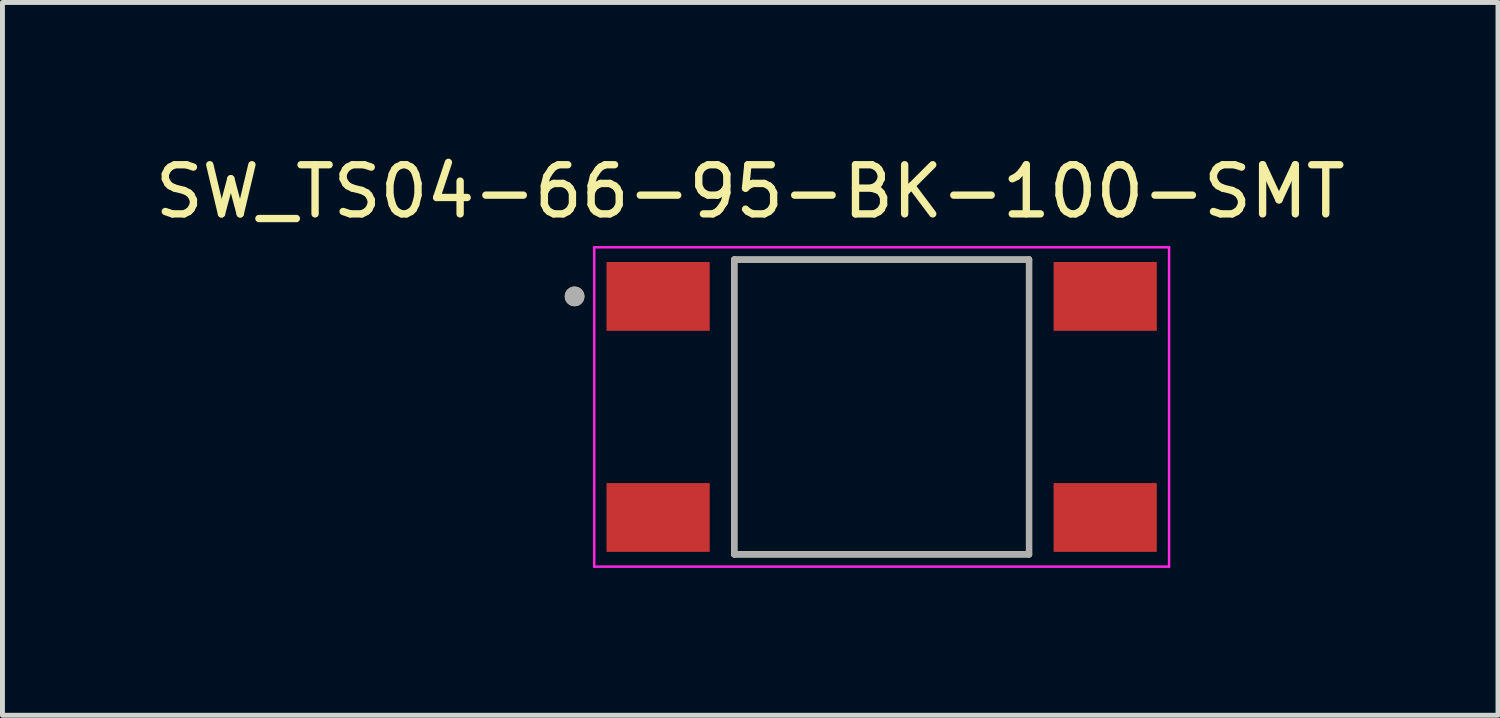
<source format=kicad_pcb>
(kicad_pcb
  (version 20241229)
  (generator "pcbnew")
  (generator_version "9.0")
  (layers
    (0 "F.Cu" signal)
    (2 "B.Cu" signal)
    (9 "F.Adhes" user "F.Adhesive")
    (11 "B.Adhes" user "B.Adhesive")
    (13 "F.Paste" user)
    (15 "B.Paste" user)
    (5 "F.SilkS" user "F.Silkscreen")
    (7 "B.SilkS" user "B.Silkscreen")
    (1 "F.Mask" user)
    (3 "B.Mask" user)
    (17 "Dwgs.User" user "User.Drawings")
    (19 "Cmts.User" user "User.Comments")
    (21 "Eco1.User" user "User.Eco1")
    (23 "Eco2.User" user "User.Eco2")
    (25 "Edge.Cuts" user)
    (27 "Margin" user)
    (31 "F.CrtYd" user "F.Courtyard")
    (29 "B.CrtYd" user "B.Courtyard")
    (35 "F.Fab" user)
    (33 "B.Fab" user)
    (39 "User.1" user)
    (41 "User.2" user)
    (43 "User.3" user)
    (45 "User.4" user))
  (footprint "SW_TS04-66-95-BK-100-SMT"
    (layer "F.Cu")
    (at 14.895 5.233)
    (property "Reference" "SW_TS04-66-95-BK-100-SMT" (at -2.675 -4.385 0) (layer "F.SilkS") (effects (font (size 1 1) (thickness 0.15))))
    (attr smd)
    (fp_line (start -3 -3) (end -3 3) (stroke (width 0.127) (type solid)) (layer "F.SilkS"))
    (fp_line (start -3 3) (end 3 3) (stroke (width 0.127) (type solid)) (layer "F.SilkS"))
    (fp_line (start 3 -3) (end -3 -3) (stroke (width 0.127) (type solid)) (layer "F.SilkS"))
    (fp_line (start 3 3) (end 3 -3) (stroke (width 0.127) (type solid)) (layer "F.SilkS"))
    (fp_circle (center -6.25 -2.25) (end -6.15 -2.25) (stroke (width 0.2) (type solid)) (fill no) (layer "F.SilkS"))
    (fp_line (start -5.85 -3.25) (end -5.85 3.25) (stroke (width 0.05) (type solid)) (layer "F.CrtYd"))
    (fp_line (start -5.85 3.25) (end 5.85 3.25) (stroke (width 0.05) (type solid)) (layer "F.CrtYd"))
    (fp_line (start 5.85 -3.25) (end -5.85 -3.25) (stroke (width 0.05) (type solid)) (layer "F.CrtYd"))
    (fp_line (start 5.85 3.25) (end 5.85 -3.25) (stroke (width 0.05) (type solid)) (layer "F.CrtYd"))
    (fp_line (start -3 -3) (end -3 3) (stroke (width 0.127) (type solid)) (layer "F.Fab"))
    (fp_line (start -3 3) (end 3 3) (stroke (width 0.127) (type solid)) (layer "F.Fab"))
    (fp_line (start 3 -3) (end -3 -3) (stroke (width 0.127) (type solid)) (layer "F.Fab"))
    (fp_line (start 3 3) (end 3 -3) (stroke (width 0.127) (type solid)) (layer "F.Fab"))
    (fp_circle (center -6.25 -2.25) (end -6.15 -2.25) (stroke (width 0.2) (type solid)) (fill no) (layer "F.Fab"))
    (pad "1" smd rect (at -4.55 -2.25) (size 2.1 1.4) (layers "F.Cu" "F.Mask" "F.Paste"))
    (pad "2" smd rect (at -4.55 2.25) (size 2.1 1.4) (layers "F.Cu" "F.Mask" "F.Paste"))
    (pad "3" smd rect (at 4.55 -2.25) (size 2.1 1.4) (layers "F.Cu" "F.Mask" "F.Paste"))
    (pad "4" smd rect (at 4.55 2.25) (size 2.1 1.4) (layers "F.Cu" "F.Mask" "F.Paste")))
  (gr_rect
    (start -3 -3)
    (end 27.44 11.508)
    (stroke (width 0.1) (type default))
    (fill no)
    (layer "Edge.Cuts")))
</source>
